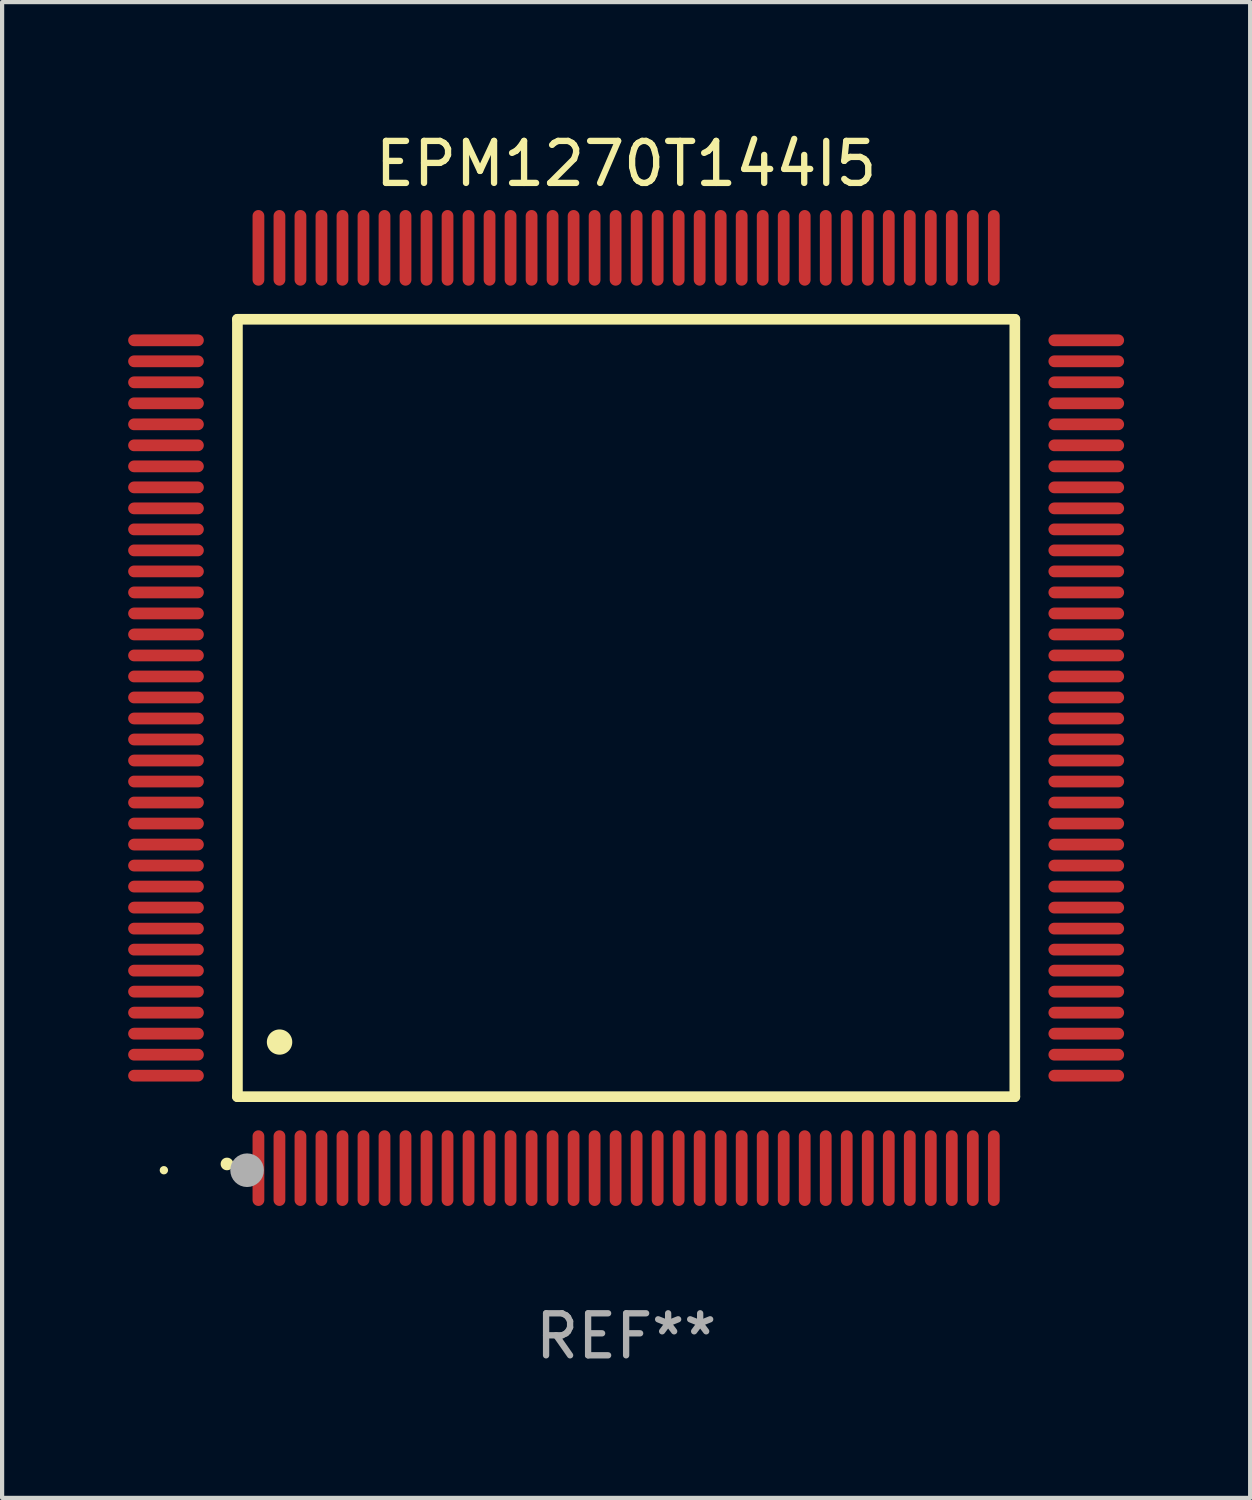
<source format=kicad_pcb>
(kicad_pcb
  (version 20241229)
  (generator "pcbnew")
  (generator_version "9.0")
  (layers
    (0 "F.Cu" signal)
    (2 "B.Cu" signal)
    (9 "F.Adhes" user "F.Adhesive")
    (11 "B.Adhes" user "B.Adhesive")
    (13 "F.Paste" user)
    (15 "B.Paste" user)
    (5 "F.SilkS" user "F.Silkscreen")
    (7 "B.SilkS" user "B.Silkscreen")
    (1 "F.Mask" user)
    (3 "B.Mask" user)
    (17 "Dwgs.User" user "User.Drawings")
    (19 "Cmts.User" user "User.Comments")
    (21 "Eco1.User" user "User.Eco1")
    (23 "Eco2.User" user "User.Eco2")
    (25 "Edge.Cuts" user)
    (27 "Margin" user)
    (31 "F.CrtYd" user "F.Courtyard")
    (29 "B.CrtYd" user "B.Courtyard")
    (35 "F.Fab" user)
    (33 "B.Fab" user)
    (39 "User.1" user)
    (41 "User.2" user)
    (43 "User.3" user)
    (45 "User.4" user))
  (footprint "EPM1270T144I5"
    (layer "F.Cu")
    (at 11.85 13.798)
    (property "Reference" "EPM1270T144I5" (at 0 -12.95 0) (layer "F.SilkS") (effects (font (size 1 1) (thickness 0.15))))
    (attr through_hole)
    (fp_line (start -9.25 -9.25) (end -9.25 9.25) (stroke (width 0.254) (type solid)) (layer "F.SilkS"))
    (fp_line (start -9.25 9.25) (end 9.25 9.25) (stroke (width 0.254) (type solid)) (layer "F.SilkS"))
    (fp_line (start 9.25 -9.25) (end -9.25 -9.25) (stroke (width 0.254) (type solid)) (layer "F.SilkS"))
    (fp_line (start 9.25 9.25) (end 9.25 -9.25) (stroke (width 0.254) (type solid)) (layer "F.SilkS"))
    (fp_arc (start -9.499619 10.850902) (mid -9.498349 10.850897) (end -9.497079 10.850902) (stroke (width 0.3) (type solid)) (layer "F.SilkS"))
    (fp_arc (start -8.249936 7.950216) (mid -8.247396 7.950205) (end -8.244856 7.950216) (stroke (width 0.6) (type solid)) (layer "F.SilkS"))
    (fp_circle (center -11 11) (end -10.95 11) (stroke (width 0.1) (type solid)) (fill no) (layer "F.SilkS"))
    (fp_circle (center -9.02 11) (end -8.82 11) (stroke (width 0.4) (type solid)) (fill no) (layer "F.Fab"))
    (fp_text user "REF**" (at 0 14.95 0) (layer "F.Fab") (effects (font (size 1 1) (thickness 0.15))))
    (pad "1" smd oval (at -8.75 10.95) (size 0.28 1.8) (layers "F.Cu" "F.Mask" "F.Paste"))
    (pad "2" smd oval (at -8.25 10.95) (size 0.28 1.8) (layers "F.Cu" "F.Mask" "F.Paste"))
    (pad "3" smd oval (at -7.75 10.95) (size 0.28 1.8) (layers "F.Cu" "F.Mask" "F.Paste"))
    (pad "4" smd oval (at -7.25 10.95) (size 0.28 1.8) (layers "F.Cu" "F.Mask" "F.Paste"))
    (pad "5" smd oval (at -6.75 10.95) (size 0.28 1.8) (layers "F.Cu" "F.Mask" "F.Paste"))
    (pad "6" smd oval (at -6.25 10.95) (size 0.28 1.8) (layers "F.Cu" "F.Mask" "F.Paste"))
    (pad "7" smd oval (at -5.75 10.95) (size 0.28 1.8) (layers "F.Cu" "F.Mask" "F.Paste"))
    (pad "8" smd oval (at -5.25 10.95) (size 0.28 1.8) (layers "F.Cu" "F.Mask" "F.Paste"))
    (pad "9" smd oval (at -4.75 10.95) (size 0.28 1.8) (layers "F.Cu" "F.Mask" "F.Paste"))
    (pad "10" smd oval (at -4.25 10.95) (size 0.28 1.8) (layers "F.Cu" "F.Mask" "F.Paste"))
    (pad "11" smd oval (at -3.75 10.95) (size 0.28 1.8) (layers "F.Cu" "F.Mask" "F.Paste"))
    (pad "12" smd oval (at -3.25 10.95) (size 0.28 1.8) (layers "F.Cu" "F.Mask" "F.Paste"))
    (pad "13" smd oval (at -2.75 10.95) (size 0.28 1.8) (layers "F.Cu" "F.Mask" "F.Paste"))
    (pad "14" smd oval (at -2.25 10.95) (size 0.28 1.8) (layers "F.Cu" "F.Mask" "F.Paste"))
    (pad "15" smd oval (at -1.75 10.95) (size 0.28 1.8) (layers "F.Cu" "F.Mask" "F.Paste"))
    (pad "16" smd oval (at -1.25 10.95) (size 0.28 1.8) (layers "F.Cu" "F.Mask" "F.Paste"))
    (pad "17" smd oval (at -0.75 10.95) (size 0.28 1.8) (layers "F.Cu" "F.Mask" "F.Paste"))
    (pad "18" smd oval (at -0.25 10.95) (size 0.28 1.8) (layers "F.Cu" "F.Mask" "F.Paste"))
    (pad "19" smd oval (at 0.25 10.95) (size 0.28 1.8) (layers "F.Cu" "F.Mask" "F.Paste"))
    (pad "20" smd oval (at 0.75 10.95) (size 0.28 1.8) (layers "F.Cu" "F.Mask" "F.Paste"))
    (pad "21" smd oval (at 1.25 10.95) (size 0.28 1.8) (layers "F.Cu" "F.Mask" "F.Paste"))
    (pad "22" smd oval (at 1.75 10.95) (size 0.28 1.8) (layers "F.Cu" "F.Mask" "F.Paste"))
    (pad "23" smd oval (at 2.25 10.95) (size 0.28 1.8) (layers "F.Cu" "F.Mask" "F.Paste"))
    (pad "24" smd oval (at 2.75 10.95) (size 0.28 1.8) (layers "F.Cu" "F.Mask" "F.Paste"))
    (pad "25" smd oval (at 3.25 10.95) (size 0.28 1.8) (layers "F.Cu" "F.Mask" "F.Paste"))
    (pad "26" smd oval (at 3.75 10.95) (size 0.28 1.8) (layers "F.Cu" "F.Mask" "F.Paste"))
    (pad "27" smd oval (at 4.25 10.95) (size 0.28 1.8) (layers "F.Cu" "F.Mask" "F.Paste"))
    (pad "28" smd oval (at 4.75 10.95) (size 0.28 1.8) (layers "F.Cu" "F.Mask" "F.Paste"))
    (pad "29" smd oval (at 5.25 10.95) (size 0.28 1.8) (layers "F.Cu" "F.Mask" "F.Paste"))
    (pad "30" smd oval (at 5.75 10.95) (size 0.28 1.8) (layers "F.Cu" "F.Mask" "F.Paste"))
    (pad "31" smd oval (at 6.25 10.95) (size 0.28 1.8) (layers "F.Cu" "F.Mask" "F.Paste"))
    (pad "32" smd oval (at 6.75 10.95) (size 0.28 1.8) (layers "F.Cu" "F.Mask" "F.Paste"))
    (pad "33" smd oval (at 7.25 10.95) (size 0.28 1.8) (layers "F.Cu" "F.Mask" "F.Paste"))
    (pad "34" smd oval (at 7.75 10.95) (size 0.28 1.8) (layers "F.Cu" "F.Mask" "F.Paste"))
    (pad "35" smd oval (at 8.25 10.95) (size 0.28 1.8) (layers "F.Cu" "F.Mask" "F.Paste"))
    (pad "36" smd oval (at 8.75 10.95) (size 0.28 1.8) (layers "F.Cu" "F.Mask" "F.Paste"))
    (pad "37" smd oval (at 10.95 8.75) (size 1.8 0.28) (layers "F.Cu" "F.Mask" "F.Paste"))
    (pad "38" smd oval (at 10.95 8.25) (size 1.8 0.28) (layers "F.Cu" "F.Mask" "F.Paste"))
    (pad "39" smd oval (at 10.95 7.75) (size 1.8 0.28) (layers "F.Cu" "F.Mask" "F.Paste"))
    (pad "40" smd oval (at 10.95 7.25) (size 1.8 0.28) (layers "F.Cu" "F.Mask" "F.Paste"))
    (pad "41" smd oval (at 10.95 6.75) (size 1.8 0.28) (layers "F.Cu" "F.Mask" "F.Paste"))
    (pad "42" smd oval (at 10.95 6.25) (size 1.8 0.28) (layers "F.Cu" "F.Mask" "F.Paste"))
    (pad "43" smd oval (at 10.95 5.75) (size 1.8 0.28) (layers "F.Cu" "F.Mask" "F.Paste"))
    (pad "44" smd oval (at 10.95 5.25) (size 1.8 0.28) (layers "F.Cu" "F.Mask" "F.Paste"))
    (pad "45" smd oval (at 10.95 4.75) (size 1.8 0.28) (layers "F.Cu" "F.Mask" "F.Paste"))
    (pad "46" smd oval (at 10.95 4.25) (size 1.8 0.28) (layers "F.Cu" "F.Mask" "F.Paste"))
    (pad "47" smd oval (at 10.95 3.75) (size 1.8 0.28) (layers "F.Cu" "F.Mask" "F.Paste"))
    (pad "48" smd oval (at 10.95 3.25) (size 1.8 0.28) (layers "F.Cu" "F.Mask" "F.Paste"))
    (pad "49" smd oval (at 10.95 2.75) (size 1.8 0.28) (layers "F.Cu" "F.Mask" "F.Paste"))
    (pad "50" smd oval (at 10.95 2.25) (size 1.8 0.28) (layers "F.Cu" "F.Mask" "F.Paste"))
    (pad "51" smd oval (at 10.95 1.75) (size 1.8 0.28) (layers "F.Cu" "F.Mask" "F.Paste"))
    (pad "52" smd oval (at 10.95 1.25) (size 1.8 0.28) (layers "F.Cu" "F.Mask" "F.Paste"))
    (pad "53" smd oval (at 10.95 0.75) (size 1.8 0.28) (layers "F.Cu" "F.Mask" "F.Paste"))
    (pad "54" smd oval (at 10.95 0.25) (size 1.8 0.28) (layers "F.Cu" "F.Mask" "F.Paste"))
    (pad "55" smd oval (at 10.95 -0.25) (size 1.8 0.28) (layers "F.Cu" "F.Mask" "F.Paste"))
    (pad "56" smd oval (at 10.95 -0.75) (size 1.8 0.28) (layers "F.Cu" "F.Mask" "F.Paste"))
    (pad "57" smd oval (at 10.95 -1.25) (size 1.8 0.28) (layers "F.Cu" "F.Mask" "F.Paste"))
    (pad "58" smd oval (at 10.95 -1.75) (size 1.8 0.28) (layers "F.Cu" "F.Mask" "F.Paste"))
    (pad "59" smd oval (at 10.95 -2.25) (size 1.8 0.28) (layers "F.Cu" "F.Mask" "F.Paste"))
    (pad "60" smd oval (at 10.95 -2.75) (size 1.8 0.28) (layers "F.Cu" "F.Mask" "F.Paste"))
    (pad "61" smd oval (at 10.95 -3.25) (size 1.8 0.28) (layers "F.Cu" "F.Mask" "F.Paste"))
    (pad "62" smd oval (at 10.95 -3.75) (size 1.8 0.28) (layers "F.Cu" "F.Mask" "F.Paste"))
    (pad "63" smd oval (at 10.95 -4.25) (size 1.8 0.28) (layers "F.Cu" "F.Mask" "F.Paste"))
    (pad "64" smd oval (at 10.95 -4.75) (size 1.8 0.28) (layers "F.Cu" "F.Mask" "F.Paste"))
    (pad "65" smd oval (at 10.95 -5.25) (size 1.8 0.28) (layers "F.Cu" "F.Mask" "F.Paste"))
    (pad "66" smd oval (at 10.95 -5.75) (size 1.8 0.28) (layers "F.Cu" "F.Mask" "F.Paste"))
    (pad "67" smd oval (at 10.95 -6.25) (size 1.8 0.28) (layers "F.Cu" "F.Mask" "F.Paste"))
    (pad "68" smd oval (at 10.95 -6.75) (size 1.8 0.28) (layers "F.Cu" "F.Mask" "F.Paste"))
    (pad "69" smd oval (at 10.95 -7.25) (size 1.8 0.28) (layers "F.Cu" "F.Mask" "F.Paste"))
    (pad "70" smd oval (at 10.95 -7.75) (size 1.8 0.28) (layers "F.Cu" "F.Mask" "F.Paste"))
    (pad "71" smd oval (at 10.95 -8.25) (size 1.8 0.28) (layers "F.Cu" "F.Mask" "F.Paste"))
    (pad "72" smd oval (at 10.95 -8.75) (size 1.8 0.28) (layers "F.Cu" "F.Mask" "F.Paste"))
    (pad "73" smd oval (at 8.75 -10.95) (size 0.28 1.8) (layers "F.Cu" "F.Mask" "F.Paste"))
    (pad "74" smd oval (at 8.25 -10.95) (size 0.28 1.8) (layers "F.Cu" "F.Mask" "F.Paste"))
    (pad "75" smd oval (at 7.75 -10.95) (size 0.28 1.8) (layers "F.Cu" "F.Mask" "F.Paste"))
    (pad "76" smd oval (at 7.25 -10.95) (size 0.28 1.8) (layers "F.Cu" "F.Mask" "F.Paste"))
    (pad "77" smd oval (at 6.75 -10.95) (size 0.28 1.8) (layers "F.Cu" "F.Mask" "F.Paste"))
    (pad "78" smd oval (at 6.25 -10.95) (size 0.28 1.8) (layers "F.Cu" "F.Mask" "F.Paste"))
    (pad "79" smd oval (at 5.75 -10.95) (size 0.28 1.8) (layers "F.Cu" "F.Mask" "F.Paste"))
    (pad "80" smd oval (at 5.25 -10.95) (size 0.28 1.8) (layers "F.Cu" "F.Mask" "F.Paste"))
    (pad "81" smd oval (at 4.75 -10.95) (size 0.28 1.8) (layers "F.Cu" "F.Mask" "F.Paste"))
    (pad "82" smd oval (at 4.25 -10.95) (size 0.28 1.8) (layers "F.Cu" "F.Mask" "F.Paste"))
    (pad "83" smd oval (at 3.75 -10.95) (size 0.28 1.8) (layers "F.Cu" "F.Mask" "F.Paste"))
    (pad "84" smd oval (at 3.25 -10.95) (size 0.28 1.8) (layers "F.Cu" "F.Mask" "F.Paste"))
    (pad "85" smd oval (at 2.75 -10.95) (size 0.28 1.8) (layers "F.Cu" "F.Mask" "F.Paste"))
    (pad "86" smd oval (at 2.25 -10.95) (size 0.28 1.8) (layers "F.Cu" "F.Mask" "F.Paste"))
    (pad "87" smd oval (at 1.75 -10.95) (size 0.28 1.8) (layers "F.Cu" "F.Mask" "F.Paste"))
    (pad "88" smd oval (at 1.25 -10.95) (size 0.28 1.8) (layers "F.Cu" "F.Mask" "F.Paste"))
    (pad "89" smd oval (at 0.75 -10.95) (size 0.28 1.8) (layers "F.Cu" "F.Mask" "F.Paste"))
    (pad "90" smd oval (at 0.25 -10.95) (size 0.28 1.8) (layers "F.Cu" "F.Mask" "F.Paste"))
    (pad "91" smd oval (at -0.25 -10.95) (size 0.28 1.8) (layers "F.Cu" "F.Mask" "F.Paste"))
    (pad "92" smd oval (at -0.75 -10.95) (size 0.28 1.8) (layers "F.Cu" "F.Mask" "F.Paste"))
    (pad "93" smd oval (at -1.25 -10.95) (size 0.28 1.8) (layers "F.Cu" "F.Mask" "F.Paste"))
    (pad "94" smd oval (at -1.75 -10.95) (size 0.28 1.8) (layers "F.Cu" "F.Mask" "F.Paste"))
    (pad "95" smd oval (at -2.25 -10.95) (size 0.28 1.8) (layers "F.Cu" "F.Mask" "F.Paste"))
    (pad "96" smd oval (at -2.75 -10.95) (size 0.28 1.8) (layers "F.Cu" "F.Mask" "F.Paste"))
    (pad "97" smd oval (at -3.25 -10.95) (size 0.28 1.8) (layers "F.Cu" "F.Mask" "F.Paste"))
    (pad "98" smd oval (at -3.75 -10.95) (size 0.28 1.8) (layers "F.Cu" "F.Mask" "F.Paste"))
    (pad "99" smd oval (at -4.25 -10.95) (size 0.28 1.8) (layers "F.Cu" "F.Mask" "F.Paste"))
    (pad "100" smd oval (at -4.75 -10.95) (size 0.28 1.8) (layers "F.Cu" "F.Mask" "F.Paste"))
    (pad "101" smd oval (at -5.25 -10.95) (size 0.28 1.8) (layers "F.Cu" "F.Mask" "F.Paste"))
    (pad "102" smd oval (at -5.75 -10.95) (size 0.28 1.8) (layers "F.Cu" "F.Mask" "F.Paste"))
    (pad "103" smd oval (at -6.25 -10.95) (size 0.28 1.8) (layers "F.Cu" "F.Mask" "F.Paste"))
    (pad "104" smd oval (at -6.75 -10.95) (size 0.28 1.8) (layers "F.Cu" "F.Mask" "F.Paste"))
    (pad "105" smd oval (at -7.25 -10.95) (size 0.28 1.8) (layers "F.Cu" "F.Mask" "F.Paste"))
    (pad "106" smd oval (at -7.75 -10.95) (size 0.28 1.8) (layers "F.Cu" "F.Mask" "F.Paste"))
    (pad "107" smd oval (at -8.25 -10.95) (size 0.28 1.8) (layers "F.Cu" "F.Mask" "F.Paste"))
    (pad "108" smd oval (at -8.75 -10.95) (size 0.28 1.8) (layers "F.Cu" "F.Mask" "F.Paste"))
    (pad "109" smd oval (at -10.95 -8.75) (size 1.8 0.28) (layers "F.Cu" "F.Mask" "F.Paste"))
    (pad "110" smd oval (at -10.95 -8.25) (size 1.8 0.28) (layers "F.Cu" "F.Mask" "F.Paste"))
    (pad "111" smd oval (at -10.95 -7.75) (size 1.8 0.28) (layers "F.Cu" "F.Mask" "F.Paste"))
    (pad "112" smd oval (at -10.95 -7.25) (size 1.8 0.28) (layers "F.Cu" "F.Mask" "F.Paste"))
    (pad "113" smd oval (at -10.95 -6.75) (size 1.8 0.28) (layers "F.Cu" "F.Mask" "F.Paste"))
    (pad "114" smd oval (at -10.95 -6.25) (size 1.8 0.28) (layers "F.Cu" "F.Mask" "F.Paste"))
    (pad "115" smd oval (at -10.95 -5.75) (size 1.8 0.28) (layers "F.Cu" "F.Mask" "F.Paste"))
    (pad "116" smd oval (at -10.95 -5.25) (size 1.8 0.28) (layers "F.Cu" "F.Mask" "F.Paste"))
    (pad "117" smd oval (at -10.95 -4.75) (size 1.8 0.28) (layers "F.Cu" "F.Mask" "F.Paste"))
    (pad "118" smd oval (at -10.95 -4.25) (size 1.8 0.28) (layers "F.Cu" "F.Mask" "F.Paste"))
    (pad "119" smd oval (at -10.95 -3.75) (size 1.8 0.28) (layers "F.Cu" "F.Mask" "F.Paste"))
    (pad "120" smd oval (at -10.95 -3.25) (size 1.8 0.28) (layers "F.Cu" "F.Mask" "F.Paste"))
    (pad "121" smd oval (at -10.95 -2.75) (size 1.8 0.28) (layers "F.Cu" "F.Mask" "F.Paste"))
    (pad "122" smd oval (at -10.95 -2.25) (size 1.8 0.28) (layers "F.Cu" "F.Mask" "F.Paste"))
    (pad "123" smd oval (at -10.95 -1.75) (size 1.8 0.28) (layers "F.Cu" "F.Mask" "F.Paste"))
    (pad "124" smd oval (at -10.95 -1.25) (size 1.8 0.28) (layers "F.Cu" "F.Mask" "F.Paste"))
    (pad "125" smd oval (at -10.95 -0.75) (size 1.8 0.28) (layers "F.Cu" "F.Mask" "F.Paste"))
    (pad "126" smd oval (at -10.95 -0.25) (size 1.8 0.28) (layers "F.Cu" "F.Mask" "F.Paste"))
    (pad "127" smd oval (at -10.95 0.25) (size 1.8 0.28) (layers "F.Cu" "F.Mask" "F.Paste"))
    (pad "128" smd oval (at -10.95 0.75) (size 1.8 0.28) (layers "F.Cu" "F.Mask" "F.Paste"))
    (pad "129" smd oval (at -10.95 1.25) (size 1.8 0.28) (layers "F.Cu" "F.Mask" "F.Paste"))
    (pad "130" smd oval (at -10.95 1.75) (size 1.8 0.28) (layers "F.Cu" "F.Mask" "F.Paste"))
    (pad "131" smd oval (at -10.95 2.25) (size 1.8 0.28) (layers "F.Cu" "F.Mask" "F.Paste"))
    (pad "132" smd oval (at -10.95 2.75) (size 1.8 0.28) (layers "F.Cu" "F.Mask" "F.Paste"))
    (pad "133" smd oval (at -10.95 3.25) (size 1.8 0.28) (layers "F.Cu" "F.Mask" "F.Paste"))
    (pad "134" smd oval (at -10.95 3.75) (size 1.8 0.28) (layers "F.Cu" "F.Mask" "F.Paste"))
    (pad "135" smd oval (at -10.95 4.25) (size 1.8 0.28) (layers "F.Cu" "F.Mask" "F.Paste"))
    (pad "136" smd oval (at -10.95 4.75) (size 1.8 0.28) (layers "F.Cu" "F.Mask" "F.Paste"))
    (pad "137" smd oval (at -10.95 5.25) (size 1.8 0.28) (layers "F.Cu" "F.Mask" "F.Paste"))
    (pad "138" smd oval (at -10.95 5.75) (size 1.8 0.28) (layers "F.Cu" "F.Mask" "F.Paste"))
    (pad "139" smd oval (at -10.95 6.25) (size 1.8 0.28) (layers "F.Cu" "F.Mask" "F.Paste"))
    (pad "140" smd oval (at -10.95 6.75) (size 1.8 0.28) (layers "F.Cu" "F.Mask" "F.Paste"))
    (pad "141" smd oval (at -10.95 7.25) (size 1.8 0.28) (layers "F.Cu" "F.Mask" "F.Paste"))
    (pad "142" smd oval (at -10.95 7.75) (size 1.8 0.28) (layers "F.Cu" "F.Mask" "F.Paste"))
    (pad "143" smd oval (at -10.95 8.25) (size 1.8 0.28) (layers "F.Cu" "F.Mask" "F.Paste"))
    (pad "144" smd oval (at -10.95 8.75) (size 1.8 0.28) (layers "F.Cu" "F.Mask" "F.Paste")))
  (gr_rect
    (start -3 -3)
    (end 26.7 32.596)
    (stroke (width 0.1) (type default))
    (fill no)
    (layer "Edge.Cuts")))
</source>
